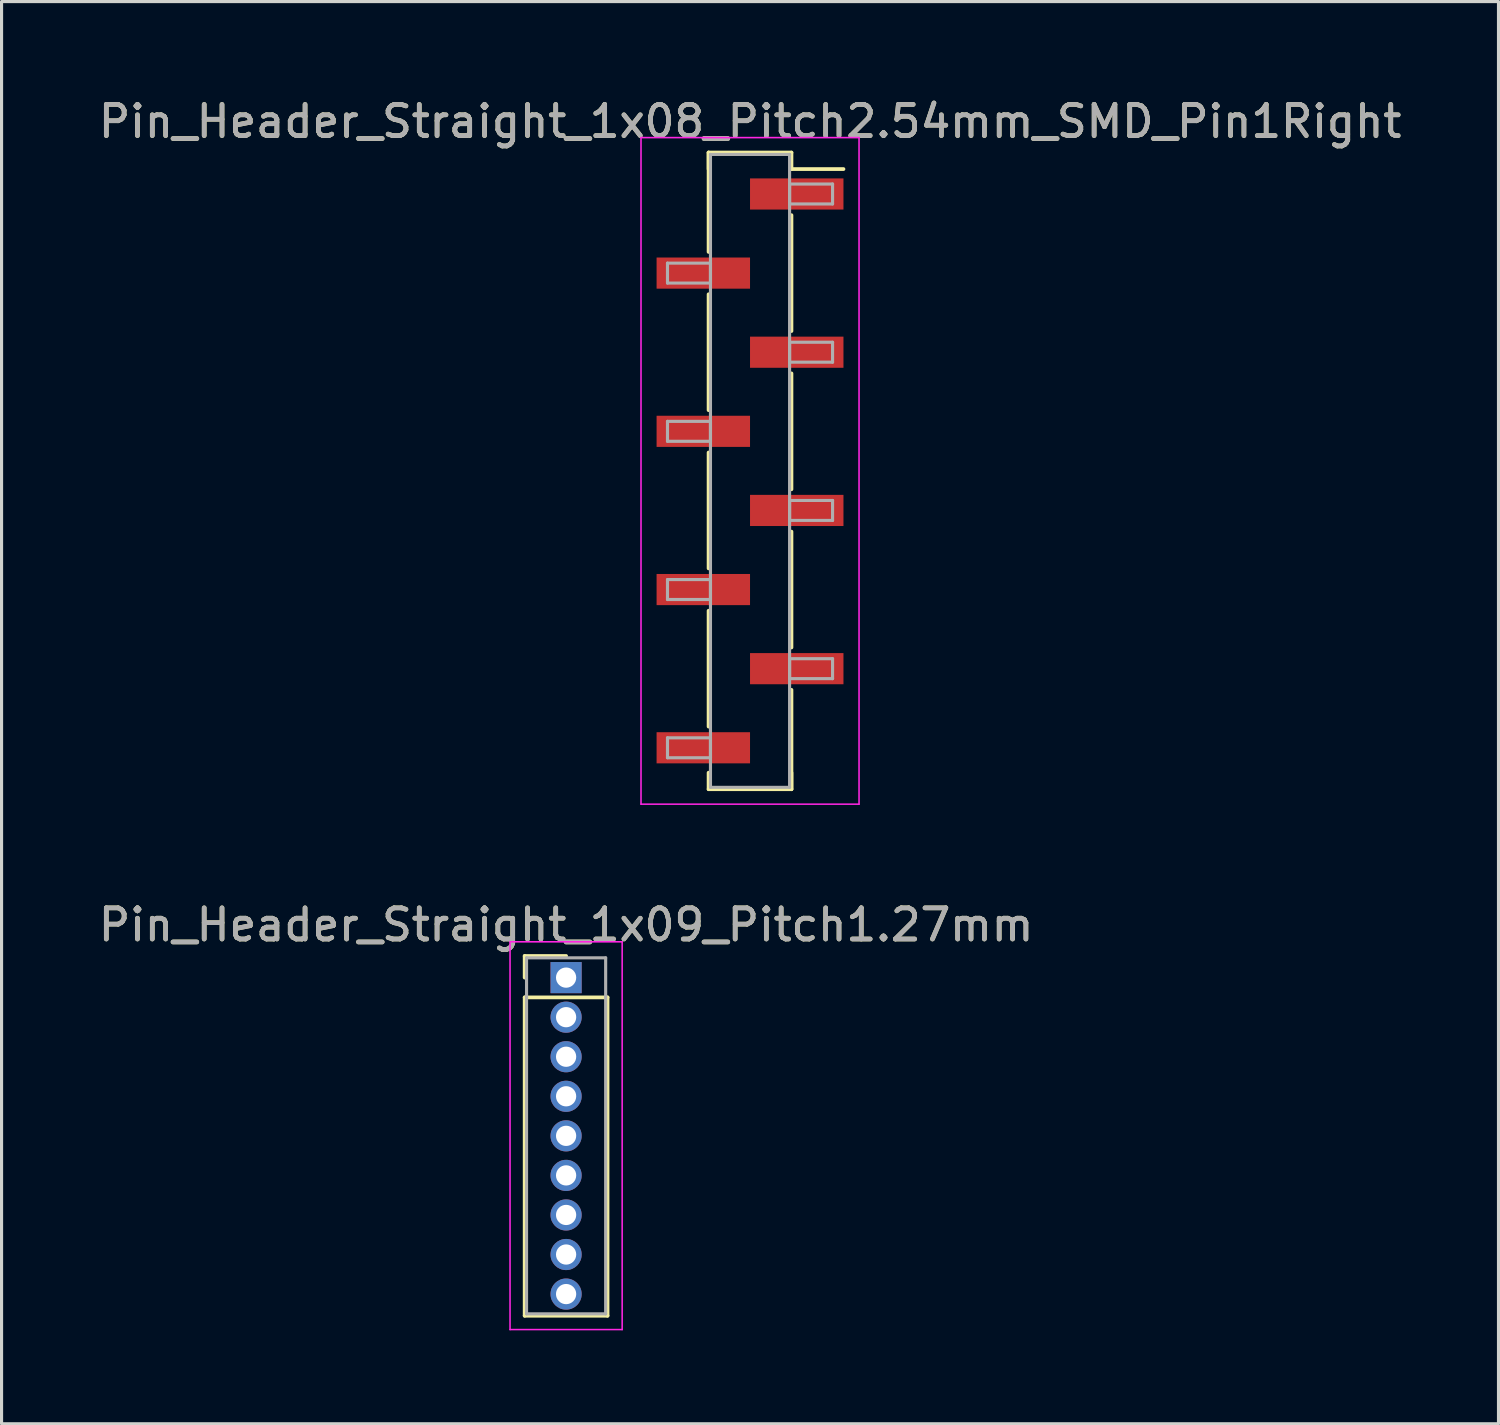
<source format=kicad_pcb>
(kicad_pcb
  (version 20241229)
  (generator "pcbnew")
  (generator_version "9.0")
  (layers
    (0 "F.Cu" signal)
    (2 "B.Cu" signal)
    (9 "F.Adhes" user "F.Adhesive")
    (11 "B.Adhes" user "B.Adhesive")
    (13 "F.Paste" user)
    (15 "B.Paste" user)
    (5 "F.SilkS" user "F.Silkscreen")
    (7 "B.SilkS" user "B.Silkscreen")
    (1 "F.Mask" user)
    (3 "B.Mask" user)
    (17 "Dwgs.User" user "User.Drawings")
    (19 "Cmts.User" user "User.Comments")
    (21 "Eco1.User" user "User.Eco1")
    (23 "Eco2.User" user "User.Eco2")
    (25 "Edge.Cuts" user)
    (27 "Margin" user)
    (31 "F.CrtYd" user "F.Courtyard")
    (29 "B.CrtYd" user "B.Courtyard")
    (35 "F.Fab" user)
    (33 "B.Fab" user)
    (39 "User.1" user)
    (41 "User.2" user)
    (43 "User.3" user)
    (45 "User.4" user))
  (footprint "Pin_Header_Straight_1x09_Pitch1.27mm"
    (layer "F.Cu")
    (at 15.125 28.337)
    (property "Reference" "Pin_Header_Straight_1x09_Pitch1.27mm" (at 0 -1.695 0) (layer "F.SilkS") (effects (font (size 1 1) (thickness 0.15))))
    (attr through_hole)
    (fp_line (start -1.33 -0.695) (end 0 -0.695) (stroke (width 0.12) (type solid)) (layer "F.SilkS"))
    (fp_line (start -1.33 0) (end -1.33 -0.695) (stroke (width 0.12) (type solid)) (layer "F.SilkS"))
    (fp_line (start -1.33 0.635) (end -1.33 10.855) (stroke (width 0.12) (type solid)) (layer "F.SilkS"))
    (fp_line (start -1.33 10.855) (end 1.33 10.855) (stroke (width 0.12) (type solid)) (layer "F.SilkS"))
    (fp_line (start 1.33 0.635) (end -1.33 0.635) (stroke (width 0.12) (type solid)) (layer "F.SilkS"))
    (fp_line (start 1.33 10.855) (end 1.33 0.635) (stroke (width 0.12) (type solid)) (layer "F.SilkS"))
    (fp_line (start -1.8 -1.15) (end -1.8 11.3) (stroke (width 0.05) (type solid)) (layer "F.CrtYd"))
    (fp_line (start -1.8 11.3) (end 1.8 11.3) (stroke (width 0.05) (type solid)) (layer "F.CrtYd"))
    (fp_line (start 1.8 -1.15) (end -1.8 -1.15) (stroke (width 0.05) (type solid)) (layer "F.CrtYd"))
    (fp_line (start 1.8 11.3) (end 1.8 -1.15) (stroke (width 0.05) (type solid)) (layer "F.CrtYd"))
    (fp_line (start -1.27 -0.635) (end -1.27 10.795) (stroke (width 0.1) (type solid)) (layer "F.Fab"))
    (fp_line (start -1.27 10.795) (end 1.27 10.795) (stroke (width 0.1) (type solid)) (layer "F.Fab"))
    (fp_line (start 1.27 -0.635) (end -1.27 -0.635) (stroke (width 0.1) (type solid)) (layer "F.Fab"))
    (fp_line (start 1.27 10.795) (end 1.27 -0.635) (stroke (width 0.1) (type solid)) (layer "F.Fab"))
    (fp_text user "${REFERENCE}" (at 0 -1.695 0) (layer "F.Fab") (effects (font (size 1 1) (thickness 0.15))))
    (pad "1" thru_hole rect (at 0 0) (size 1 1) (drill 0.65) (layers "*.Cu" "*.Mask"))
    (pad "2" thru_hole oval (at 0 1.27) (size 1 1) (drill 0.65) (layers "*.Cu" "*.Mask"))
    (pad "3" thru_hole oval (at 0 2.54) (size 1 1) (drill 0.65) (layers "*.Cu" "*.Mask"))
    (pad "4" thru_hole oval (at 0 3.81) (size 1 1) (drill 0.65) (layers "*.Cu" "*.Mask"))
    (pad "5" thru_hole oval (at 0 5.08) (size 1 1) (drill 0.65) (layers "*.Cu" "*.Mask"))
    (pad "6" thru_hole oval (at 0 6.35) (size 1 1) (drill 0.65) (layers "*.Cu" "*.Mask"))
    (pad "7" thru_hole oval (at 0 7.62) (size 1 1) (drill 0.65) (layers "*.Cu" "*.Mask"))
    (pad "8" thru_hole oval (at 0 8.89) (size 1 1) (drill 0.65) (layers "*.Cu" "*.Mask"))
    (pad "9" thru_hole oval (at 0 10.16) (size 1 1) (drill 0.65) (layers "*.Cu" "*.Mask")))
  (footprint "Pin_Header_Straight_1x08_Pitch2.54mm_SMD_Pin1Right"
    (layer "F.Cu")
    (at 21.03 12.068)
    (property "Reference" "Pin_Header_Straight_1x08_Pitch2.54mm_SMD_Pin1Right" (at 0 -11.22 0) (layer "F.SilkS") (effects (font (size 1 1) (thickness 0.15))))
    (attr smd)
    (fp_line (start -1.33 -10.22) (end -1.33 -7.03) (stroke (width 0.12) (type solid)) (layer "F.SilkS"))
    (fp_line (start -1.33 -10.22) (end 1.33 -10.22) (stroke (width 0.12) (type solid)) (layer "F.SilkS"))
    (fp_line (start -1.33 -9.69) (end -1.33 -10.22) (stroke (width 0.12) (type solid)) (layer "F.SilkS"))
    (fp_line (start -1.33 -5.67) (end -1.33 -1.95) (stroke (width 0.12) (type solid)) (layer "F.SilkS"))
    (fp_line (start -1.33 -0.59) (end -1.33 3.13) (stroke (width 0.12) (type solid)) (layer "F.SilkS"))
    (fp_line (start -1.33 4.49) (end -1.33 8.21) (stroke (width 0.12) (type solid)) (layer "F.SilkS"))
    (fp_line (start -1.33 9.69) (end -1.33 10.22) (stroke (width 0.12) (type solid)) (layer "F.SilkS"))
    (fp_line (start -1.33 10.22) (end 1.33 10.22) (stroke (width 0.12) (type solid)) (layer "F.SilkS"))
    (fp_line (start 1.33 -10.22) (end 1.33 -9.69) (stroke (width 0.12) (type solid)) (layer "F.SilkS"))
    (fp_line (start 1.33 -9.69) (end 3 -9.69) (stroke (width 0.12) (type solid)) (layer "F.SilkS"))
    (fp_line (start 1.33 -8.21) (end 1.33 -4.49) (stroke (width 0.12) (type solid)) (layer "F.SilkS"))
    (fp_line (start 1.33 -3.13) (end 1.33 0.59) (stroke (width 0.12) (type solid)) (layer "F.SilkS"))
    (fp_line (start 1.33 1.95) (end 1.33 5.67) (stroke (width 0.12) (type solid)) (layer "F.SilkS"))
    (fp_line (start 1.33 7.03) (end 1.33 10.22) (stroke (width 0.12) (type solid)) (layer "F.SilkS"))
    (fp_line (start 1.33 10.22) (end 1.33 9.69) (stroke (width 0.12) (type solid)) (layer "F.SilkS"))
    (fp_line (start -3.5 -10.7) (end -3.5 10.7) (stroke (width 0.05) (type solid)) (layer "F.CrtYd"))
    (fp_line (start -3.5 10.7) (end 3.5 10.7) (stroke (width 0.05) (type solid)) (layer "F.CrtYd"))
    (fp_line (start 3.5 -10.7) (end -3.5 -10.7) (stroke (width 0.05) (type solid)) (layer "F.CrtYd"))
    (fp_line (start 3.5 10.7) (end 3.5 -10.7) (stroke (width 0.05) (type solid)) (layer "F.CrtYd"))
    (fp_line (start -2.65 -6.67) (end -1.27 -6.67) (stroke (width 0.1) (type solid)) (layer "F.Fab"))
    (fp_line (start -2.65 -6.03) (end -2.65 -6.67) (stroke (width 0.1) (type solid)) (layer "F.Fab"))
    (fp_line (start -2.65 -1.59) (end -1.27 -1.59) (stroke (width 0.1) (type solid)) (layer "F.Fab"))
    (fp_line (start -2.65 -0.95) (end -2.65 -1.59) (stroke (width 0.1) (type solid)) (layer "F.Fab"))
    (fp_line (start -2.65 3.49) (end -1.27 3.49) (stroke (width 0.1) (type solid)) (layer "F.Fab"))
    (fp_line (start -2.65 4.13) (end -2.65 3.49) (stroke (width 0.1) (type solid)) (layer "F.Fab"))
    (fp_line (start -2.65 8.57) (end -1.27 8.57) (stroke (width 0.1) (type solid)) (layer "F.Fab"))
    (fp_line (start -2.65 9.21) (end -2.65 8.57) (stroke (width 0.1) (type solid)) (layer "F.Fab"))
    (fp_line (start -1.27 -10.16) (end -1.27 10.16) (stroke (width 0.1) (type solid)) (layer "F.Fab"))
    (fp_line (start -1.27 -6.67) (end -1.27 -6.03) (stroke (width 0.1) (type solid)) (layer "F.Fab"))
    (fp_line (start -1.27 -6.03) (end -2.65 -6.03) (stroke (width 0.1) (type solid)) (layer "F.Fab"))
    (fp_line (start -1.27 -1.59) (end -1.27 -0.95) (stroke (width 0.1) (type solid)) (layer "F.Fab"))
    (fp_line (start -1.27 -0.95) (end -2.65 -0.95) (stroke (width 0.1) (type solid)) (layer "F.Fab"))
    (fp_line (start -1.27 3.49) (end -1.27 4.13) (stroke (width 0.1) (type solid)) (layer "F.Fab"))
    (fp_line (start -1.27 4.13) (end -2.65 4.13) (stroke (width 0.1) (type solid)) (layer "F.Fab"))
    (fp_line (start -1.27 8.57) (end -1.27 9.21) (stroke (width 0.1) (type solid)) (layer "F.Fab"))
    (fp_line (start -1.27 9.21) (end -2.65 9.21) (stroke (width 0.1) (type solid)) (layer "F.Fab"))
    (fp_line (start -1.27 10.16) (end 1.27 10.16) (stroke (width 0.1) (type solid)) (layer "F.Fab"))
    (fp_line (start 1.27 -10.16) (end -1.27 -10.16) (stroke (width 0.1) (type solid)) (layer "F.Fab"))
    (fp_line (start 1.27 -9.21) (end 1.27 -8.57) (stroke (width 0.1) (type solid)) (layer "F.Fab"))
    (fp_line (start 1.27 -8.57) (end 2.65 -8.57) (stroke (width 0.1) (type solid)) (layer "F.Fab"))
    (fp_line (start 1.27 -4.13) (end 1.27 -3.49) (stroke (width 0.1) (type solid)) (layer "F.Fab"))
    (fp_line (start 1.27 -3.49) (end 2.65 -3.49) (stroke (width 0.1) (type solid)) (layer "F.Fab"))
    (fp_line (start 1.27 0.95) (end 1.27 1.59) (stroke (width 0.1) (type solid)) (layer "F.Fab"))
    (fp_line (start 1.27 1.59) (end 2.65 1.59) (stroke (width 0.1) (type solid)) (layer "F.Fab"))
    (fp_line (start 1.27 6.03) (end 1.27 6.67) (stroke (width 0.1) (type solid)) (layer "F.Fab"))
    (fp_line (start 1.27 6.67) (end 2.65 6.67) (stroke (width 0.1) (type solid)) (layer "F.Fab"))
    (fp_line (start 1.27 10.16) (end 1.27 -10.16) (stroke (width 0.1) (type solid)) (layer "F.Fab"))
    (fp_line (start 2.65 -9.21) (end 1.27 -9.21) (stroke (width 0.1) (type solid)) (layer "F.Fab"))
    (fp_line (start 2.65 -8.57) (end 2.65 -9.21) (stroke (width 0.1) (type solid)) (layer "F.Fab"))
    (fp_line (start 2.65 -4.13) (end 1.27 -4.13) (stroke (width 0.1) (type solid)) (layer "F.Fab"))
    (fp_line (start 2.65 -3.49) (end 2.65 -4.13) (stroke (width 0.1) (type solid)) (layer "F.Fab"))
    (fp_line (start 2.65 0.95) (end 1.27 0.95) (stroke (width 0.1) (type solid)) (layer "F.Fab"))
    (fp_line (start 2.65 1.59) (end 2.65 0.95) (stroke (width 0.1) (type solid)) (layer "F.Fab"))
    (fp_line (start 2.65 6.03) (end 1.27 6.03) (stroke (width 0.1) (type solid)) (layer "F.Fab"))
    (fp_line (start 2.65 6.67) (end 2.65 6.03) (stroke (width 0.1) (type solid)) (layer "F.Fab"))
    (fp_text user "${REFERENCE}" (at 0 -11.22 0) (layer "F.Fab") (effects (font (size 1 1) (thickness 0.15))))
    (pad "1" smd rect (at 1.5 -8.89) (size 3 1) (layers "F.Cu" "F.Mask" "F.Paste"))
    (pad "2" smd rect (at -1.5 -6.35) (size 3 1) (layers "F.Cu" "F.Mask" "F.Paste"))
    (pad "3" smd rect (at 1.5 -3.81) (size 3 1) (layers "F.Cu" "F.Mask" "F.Paste"))
    (pad "4" smd rect (at -1.5 -1.27) (size 3 1) (layers "F.Cu" "F.Mask" "F.Paste"))
    (pad "5" smd rect (at 1.5 1.27) (size 3 1) (layers "F.Cu" "F.Mask" "F.Paste"))
    (pad "6" smd rect (at -1.5 3.81) (size 3 1) (layers "F.Cu" "F.Mask" "F.Paste"))
    (pad "7" smd rect (at 1.5 6.35) (size 3 1) (layers "F.Cu" "F.Mask" "F.Paste"))
    (pad "8" smd rect (at -1.5 8.89) (size 3 1) (layers "F.Cu" "F.Mask" "F.Paste")))
  (gr_rect
    (start -3 -3)
    (end 45.06 42.661)
    (stroke (width 0.1) (type default))
    (fill no)
    (layer "Edge.Cuts")))
</source>
